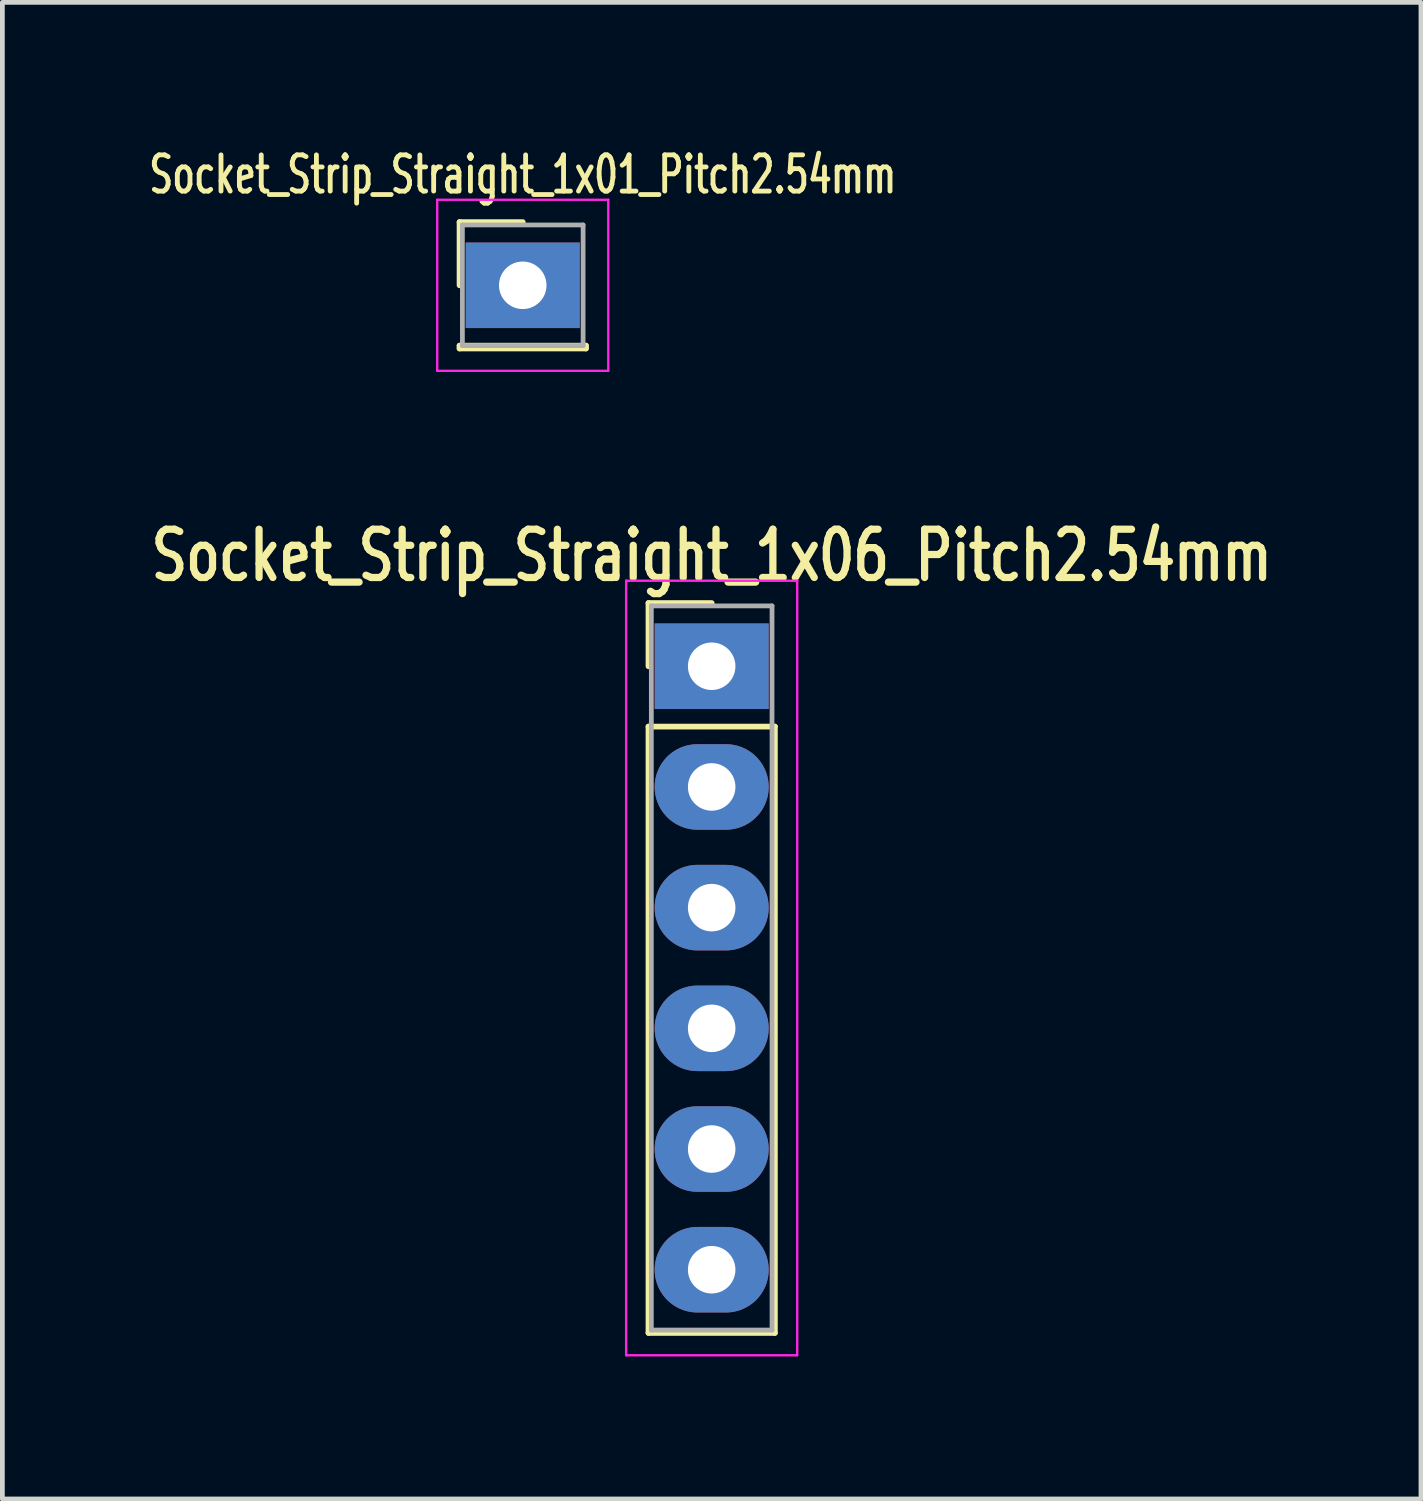
<source format=kicad_pcb>
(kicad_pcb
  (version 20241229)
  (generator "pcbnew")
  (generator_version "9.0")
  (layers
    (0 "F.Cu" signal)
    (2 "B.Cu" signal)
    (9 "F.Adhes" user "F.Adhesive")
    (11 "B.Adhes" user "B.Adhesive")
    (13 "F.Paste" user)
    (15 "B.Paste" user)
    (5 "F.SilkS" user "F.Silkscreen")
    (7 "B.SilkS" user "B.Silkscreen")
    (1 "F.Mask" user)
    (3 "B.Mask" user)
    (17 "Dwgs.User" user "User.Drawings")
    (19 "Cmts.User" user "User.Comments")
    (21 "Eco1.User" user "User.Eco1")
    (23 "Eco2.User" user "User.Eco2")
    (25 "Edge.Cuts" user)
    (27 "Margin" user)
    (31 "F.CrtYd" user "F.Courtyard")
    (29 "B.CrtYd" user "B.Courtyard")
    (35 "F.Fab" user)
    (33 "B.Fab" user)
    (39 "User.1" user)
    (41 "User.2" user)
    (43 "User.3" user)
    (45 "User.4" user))
  (footprint "Socket_Strip_Straight_1x06_Pitch2.54mm"
    (layer "F.Cu")
    (at 11.927 10.971)
    (property "Reference" "Socket_Strip_Straight_1x06_Pitch2.54mm" (at 0 -2.33 0) (layer "F.SilkS") (effects (font (size 1.016 0.762) (thickness 0.152))))
    (attr through_hole)
    (fp_line (start -1.33 -1.33) (end 0 -1.33) (stroke (width 0.12) (type solid)) (layer "F.SilkS"))
    (fp_line (start -1.33 0) (end -1.33 -1.33) (stroke (width 0.12) (type solid)) (layer "F.SilkS"))
    (fp_line (start -1.33 1.27) (end -1.33 14.03) (stroke (width 0.12) (type solid)) (layer "F.SilkS"))
    (fp_line (start -1.33 14.03) (end 1.33 14.03) (stroke (width 0.12) (type solid)) (layer "F.SilkS"))
    (fp_line (start 1.33 1.27) (end -1.33 1.27) (stroke (width 0.12) (type solid)) (layer "F.SilkS"))
    (fp_line (start 1.33 14.03) (end 1.33 1.27) (stroke (width 0.12) (type solid)) (layer "F.SilkS"))
    (fp_line (start -1.8 -1.8) (end -1.8 14.5) (stroke (width 0.05) (type solid)) (layer "F.CrtYd"))
    (fp_line (start -1.8 14.5) (end 1.8 14.5) (stroke (width 0.05) (type solid)) (layer "F.CrtYd"))
    (fp_line (start 1.8 -1.8) (end -1.8 -1.8) (stroke (width 0.05) (type solid)) (layer "F.CrtYd"))
    (fp_line (start 1.8 14.5) (end 1.8 -1.8) (stroke (width 0.05) (type solid)) (layer "F.CrtYd"))
    (fp_line (start -1.27 -1.27) (end -1.27 13.97) (stroke (width 0.1) (type solid)) (layer "F.Fab"))
    (fp_line (start -1.27 13.97) (end 1.27 13.97) (stroke (width 0.1) (type solid)) (layer "F.Fab"))
    (fp_line (start 1.27 -1.27) (end -1.27 -1.27) (stroke (width 0.1) (type solid)) (layer "F.Fab"))
    (fp_line (start 1.27 13.97) (end 1.27 -1.27) (stroke (width 0.1) (type solid)) (layer "F.Fab"))
    (pad "1" thru_hole rect (at 0 0) (size 2.4 1.8) (drill 1) (layers "*.Cu" "*.Mask"))
    (pad "2" thru_hole oval (at 0 2.54) (size 2.4 1.8) (drill 1) (layers "*.Cu" "*.Mask"))
    (pad "3" thru_hole oval (at 0 5.08) (size 2.4 1.8) (drill 1) (layers "*.Cu" "*.Mask"))
    (pad "4" thru_hole oval (at 0 7.62) (size 2.4 1.8) (drill 1) (layers "*.Cu" "*.Mask"))
    (pad "5" thru_hole oval (at 0 10.16) (size 2.4 1.8) (drill 1) (layers "*.Cu" "*.Mask"))
    (pad "6" thru_hole oval (at 0 12.7) (size 2.4 1.8) (drill 1) (layers "*.Cu" "*.Mask")))
  (footprint "Socket_Strip_Straight_1x01_Pitch2.54mm"
    (layer "F.Cu")
    (at 7.951 2.954)
    (property "Reference" "Socket_Strip_Straight_1x01_Pitch2.54mm" (at 0 -2.33 0) (layer "F.SilkS") (effects (font (size 0.762 0.508) (thickness 0.102))))
    (attr through_hole)
    (fp_line (start -1.33 -1.33) (end 0 -1.33) (stroke (width 0.12) (type solid)) (layer "F.SilkS"))
    (fp_line (start -1.33 0) (end -1.33 -1.33) (stroke (width 0.12) (type solid)) (layer "F.SilkS"))
    (fp_line (start -1.33 1.27) (end -1.33 1.33) (stroke (width 0.12) (type solid)) (layer "F.SilkS"))
    (fp_line (start -1.33 1.33) (end 1.33 1.33) (stroke (width 0.12) (type solid)) (layer "F.SilkS"))
    (fp_line (start 1.33 1.27) (end -1.33 1.27) (stroke (width 0.12) (type solid)) (layer "F.SilkS"))
    (fp_line (start 1.33 1.33) (end 1.33 1.27) (stroke (width 0.12) (type solid)) (layer "F.SilkS"))
    (fp_line (start -1.8 -1.8) (end -1.8 1.8) (stroke (width 0.05) (type solid)) (layer "F.CrtYd"))
    (fp_line (start -1.8 1.8) (end 1.8 1.8) (stroke (width 0.05) (type solid)) (layer "F.CrtYd"))
    (fp_line (start 1.8 -1.8) (end -1.8 -1.8) (stroke (width 0.05) (type solid)) (layer "F.CrtYd"))
    (fp_line (start 1.8 1.8) (end 1.8 -1.8) (stroke (width 0.05) (type solid)) (layer "F.CrtYd"))
    (fp_line (start -1.27 -1.27) (end -1.27 1.27) (stroke (width 0.1) (type solid)) (layer "F.Fab"))
    (fp_line (start -1.27 1.27) (end 1.27 1.27) (stroke (width 0.1) (type solid)) (layer "F.Fab"))
    (fp_line (start 1.27 -1.27) (end -1.27 -1.27) (stroke (width 0.1) (type solid)) (layer "F.Fab"))
    (fp_line (start 1.27 1.27) (end 1.27 -1.27) (stroke (width 0.1) (type solid)) (layer "F.Fab"))
    (pad "1" thru_hole rect (at 0 0) (size 2.4 1.8) (drill 1) (layers "*.Cu" "*.Mask")))
  (gr_rect
    (start -3 -3)
    (end 26.854 28.496)
    (stroke (width 0.1) (type default))
    (fill no)
    (layer "Edge.Cuts")))
</source>
